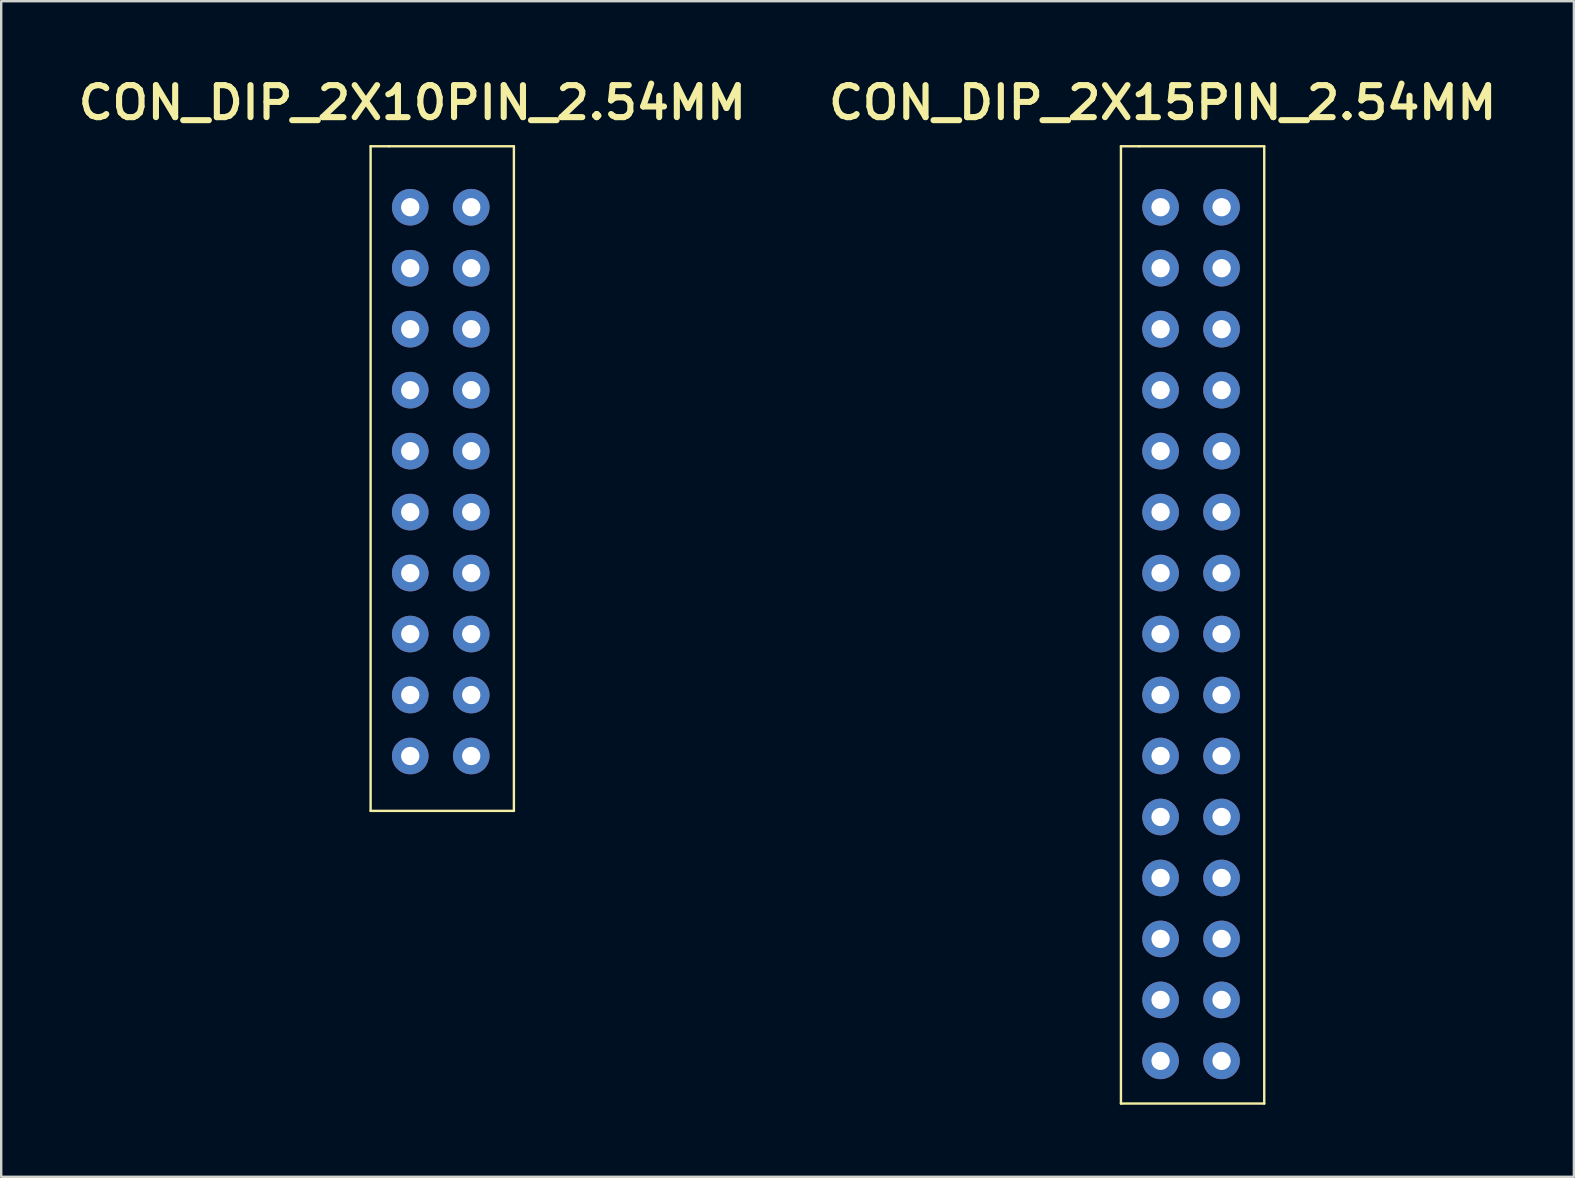
<source format=kicad_pcb>
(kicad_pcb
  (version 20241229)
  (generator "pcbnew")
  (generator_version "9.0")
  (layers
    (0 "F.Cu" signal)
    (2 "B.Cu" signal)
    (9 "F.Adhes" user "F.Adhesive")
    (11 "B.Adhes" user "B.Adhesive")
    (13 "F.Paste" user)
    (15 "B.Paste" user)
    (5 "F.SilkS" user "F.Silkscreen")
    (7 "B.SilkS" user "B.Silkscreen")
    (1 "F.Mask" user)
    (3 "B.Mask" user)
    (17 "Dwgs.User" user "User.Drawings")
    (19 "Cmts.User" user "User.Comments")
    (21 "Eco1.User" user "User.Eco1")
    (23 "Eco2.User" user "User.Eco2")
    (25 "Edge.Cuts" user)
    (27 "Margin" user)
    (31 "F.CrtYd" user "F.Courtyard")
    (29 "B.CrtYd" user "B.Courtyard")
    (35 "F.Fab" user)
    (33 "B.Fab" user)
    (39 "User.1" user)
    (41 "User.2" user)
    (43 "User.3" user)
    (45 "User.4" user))
  (footprint "CON_DIP_2X10PIN_2.54MM"
    (layer "F.Cu")
    (at 14.039 5.582)
    (property "Reference" "CON_DIP_2X10PIN_2.54MM" (at 0.089 -4.356 0) (unlocked yes) (layer "F.SilkS") (effects (font (size 1.333 1.402) (thickness 0.254))))
    (attr smd)
    (fp_line (start -1.651 -2.54) (end -0.889 -2.54) (stroke (width 0.1) (type solid)) (layer "F.SilkS"))
    (fp_line (start -1.651 25.146) (end -1.651 -2.54) (stroke (width 0.1) (type solid)) (layer "F.SilkS"))
    (fp_line (start -1.651 25.146) (end 4.318 25.146) (stroke (width 0.1) (type solid)) (layer "F.SilkS"))
    (fp_line (start -0.889 -2.54) (end 4.318 -2.54) (stroke (width 0.1) (type solid)) (layer "F.SilkS"))
    (fp_line (start 4.318 25.146) (end 4.318 -2.54) (stroke (width 0.1) (type solid)) (layer "F.SilkS"))
    (pad "1" thru_hole circle (at 0 0) (size 1.524 1.524) (drill 0.762) (layers "*.Cu" "*.Mask"))
    (pad "2" thru_hole circle (at 2.54 0) (size 1.524 1.524) (drill 0.762) (layers "*.Cu" "*.Mask"))
    (pad "3" thru_hole circle (at 0 2.54) (size 1.524 1.524) (drill 0.762) (layers "*.Cu" "*.Mask"))
    (pad "4" thru_hole circle (at 2.54 2.54) (size 1.524 1.524) (drill 0.762) (layers "*.Cu" "*.Mask"))
    (pad "5" thru_hole circle (at 0 5.08) (size 1.524 1.524) (drill 0.762) (layers "*.Cu" "*.Mask"))
    (pad "6" thru_hole circle (at 2.54 5.08) (size 1.524 1.524) (drill 0.762) (layers "*.Cu" "*.Mask"))
    (pad "7" thru_hole circle (at 0 7.62) (size 1.524 1.524) (drill 0.762) (layers "*.Cu" "*.Mask"))
    (pad "8" thru_hole circle (at 2.54 7.62) (size 1.524 1.524) (drill 0.762) (layers "*.Cu" "*.Mask"))
    (pad "9" thru_hole circle (at 0 10.16) (size 1.524 1.524) (drill 0.762) (layers "*.Cu" "*.Mask"))
    (pad "10" thru_hole circle (at 2.54 10.16) (size 1.524 1.524) (drill 0.762) (layers "*.Cu" "*.Mask"))
    (pad "11" thru_hole circle (at 0 12.7) (size 1.524 1.524) (drill 0.762) (layers "*.Cu" "*.Mask"))
    (pad "12" thru_hole circle (at 2.54 12.7) (size 1.524 1.524) (drill 0.762) (layers "*.Cu" "*.Mask"))
    (pad "13" thru_hole circle (at 0 15.24) (size 1.524 1.524) (drill 0.762) (layers "*.Cu" "*.Mask"))
    (pad "14" thru_hole circle (at 2.54 15.24) (size 1.524 1.524) (drill 0.762) (layers "*.Cu" "*.Mask"))
    (pad "15" thru_hole circle (at 0 17.78) (size 1.524 1.524) (drill 0.762) (layers "*.Cu" "*.Mask"))
    (pad "16" thru_hole circle (at 2.54 17.78) (size 1.524 1.524) (drill 0.762) (layers "*.Cu" "*.Mask"))
    (pad "17" thru_hole circle (at 0 20.32) (size 1.524 1.524) (drill 0.762) (layers "*.Cu" "*.Mask"))
    (pad "18" thru_hole circle (at 2.54 20.32) (size 1.524 1.524) (drill 0.762) (layers "*.Cu" "*.Mask"))
    (pad "19" thru_hole circle (at 0 22.86) (size 1.524 1.524) (drill 0.762) (layers "*.Cu" "*.Mask"))
    (pad "20" thru_hole circle (at 2.54 22.86) (size 1.524 1.524) (drill 0.762) (layers "*.Cu" "*.Mask")))
  (footprint "CON_DIP_2X15PIN_2.54MM"
    (layer "F.Cu")
    (at 45.295 5.582)
    (property "Reference" "CON_DIP_2X15PIN_2.54MM" (at 0.089 -4.356 0) (unlocked yes) (layer "F.SilkS") (effects (font (size 1.333 1.402) (thickness 0.254))))
    (attr smd)
    (fp_line (start -1.651 -2.54) (end -0.889 -2.54) (stroke (width 0.1) (type solid)) (layer "F.SilkS"))
    (fp_line (start -1.651 37.338) (end -1.651 -2.54) (stroke (width 0.1) (type solid)) (layer "F.SilkS"))
    (fp_line (start -1.651 37.338) (end 4.318 37.338) (stroke (width 0.1) (type solid)) (layer "F.SilkS"))
    (fp_line (start -0.889 -2.54) (end 4.318 -2.54) (stroke (width 0.1) (type solid)) (layer "F.SilkS"))
    (fp_line (start 4.318 37.338) (end 4.318 -2.54) (stroke (width 0.1) (type solid)) (layer "F.SilkS"))
    (pad "1" thru_hole circle (at 0 0) (size 1.524 1.524) (drill 0.762) (layers "*.Cu" "*.Mask"))
    (pad "2" thru_hole circle (at 2.54 0) (size 1.524 1.524) (drill 0.762) (layers "*.Cu" "*.Mask"))
    (pad "3" thru_hole circle (at 0 2.54) (size 1.524 1.524) (drill 0.762) (layers "*.Cu" "*.Mask"))
    (pad "4" thru_hole circle (at 2.54 2.54) (size 1.524 1.524) (drill 0.762) (layers "*.Cu" "*.Mask"))
    (pad "5" thru_hole circle (at 0 5.08) (size 1.524 1.524) (drill 0.762) (layers "*.Cu" "*.Mask"))
    (pad "6" thru_hole circle (at 2.54 5.08) (size 1.524 1.524) (drill 0.762) (layers "*.Cu" "*.Mask"))
    (pad "7" thru_hole circle (at 0 7.62) (size 1.524 1.524) (drill 0.762) (layers "*.Cu" "*.Mask"))
    (pad "8" thru_hole circle (at 2.54 7.62) (size 1.524 1.524) (drill 0.762) (layers "*.Cu" "*.Mask"))
    (pad "9" thru_hole circle (at 0 10.16) (size 1.524 1.524) (drill 0.762) (layers "*.Cu" "*.Mask"))
    (pad "10" thru_hole circle (at 2.54 10.16) (size 1.524 1.524) (drill 0.762) (layers "*.Cu" "*.Mask"))
    (pad "11" thru_hole circle (at 0 12.7) (size 1.524 1.524) (drill 0.762) (layers "*.Cu" "*.Mask"))
    (pad "12" thru_hole circle (at 2.54 12.7) (size 1.524 1.524) (drill 0.762) (layers "*.Cu" "*.Mask"))
    (pad "13" thru_hole circle (at 0 15.24) (size 1.524 1.524) (drill 0.762) (layers "*.Cu" "*.Mask"))
    (pad "14" thru_hole circle (at 2.54 15.24) (size 1.524 1.524) (drill 0.762) (layers "*.Cu" "*.Mask"))
    (pad "15" thru_hole circle (at 0 17.78) (size 1.524 1.524) (drill 0.762) (layers "*.Cu" "*.Mask"))
    (pad "16" thru_hole circle (at 2.54 17.78) (size 1.524 1.524) (drill 0.762) (layers "*.Cu" "*.Mask"))
    (pad "17" thru_hole circle (at 0 20.32) (size 1.524 1.524) (drill 0.762) (layers "*.Cu" "*.Mask"))
    (pad "18" thru_hole circle (at 2.54 20.32) (size 1.524 1.524) (drill 0.762) (layers "*.Cu" "*.Mask"))
    (pad "19" thru_hole circle (at 0 22.86) (size 1.524 1.524) (drill 0.762) (layers "*.Cu" "*.Mask"))
    (pad "20" thru_hole circle (at 2.54 22.86) (size 1.524 1.524) (drill 0.762) (layers "*.Cu" "*.Mask"))
    (pad "21" thru_hole circle (at 0 25.4) (size 1.524 1.524) (drill 0.762) (layers "*.Cu" "*.Mask"))
    (pad "22" thru_hole circle (at 2.54 25.4) (size 1.524 1.524) (drill 0.762) (layers "*.Cu" "*.Mask"))
    (pad "23" thru_hole circle (at 0 27.94) (size 1.524 1.524) (drill 0.762) (layers "*.Cu" "*.Mask"))
    (pad "24" thru_hole circle (at 2.54 27.94) (size 1.524 1.524) (drill 0.762) (layers "*.Cu" "*.Mask"))
    (pad "25" thru_hole circle (at 0 30.48) (size 1.524 1.524) (drill 0.762) (layers "*.Cu" "*.Mask"))
    (pad "26" thru_hole circle (at 2.54 30.48) (size 1.524 1.524) (drill 0.762) (layers "*.Cu" "*.Mask"))
    (pad "27" thru_hole circle (at 0 33.02) (size 1.524 1.524) (drill 0.762) (layers "*.Cu" "*.Mask"))
    (pad "28" thru_hole circle (at 2.54 33.02) (size 1.524 1.524) (drill 0.762) (layers "*.Cu" "*.Mask"))
    (pad "29" thru_hole circle (at 0 35.56) (size 1.524 1.524) (drill 0.762) (layers "*.Cu" "*.Mask"))
    (pad "30" thru_hole circle (at 2.54 35.56) (size 1.524 1.524) (drill 0.762) (layers "*.Cu" "*.Mask")))
  (gr_rect
    (start -3 -3)
    (end 62.512 45.97)
    (stroke (width 0.1) (type default))
    (fill no)
    (layer "Edge.Cuts")))
</source>
